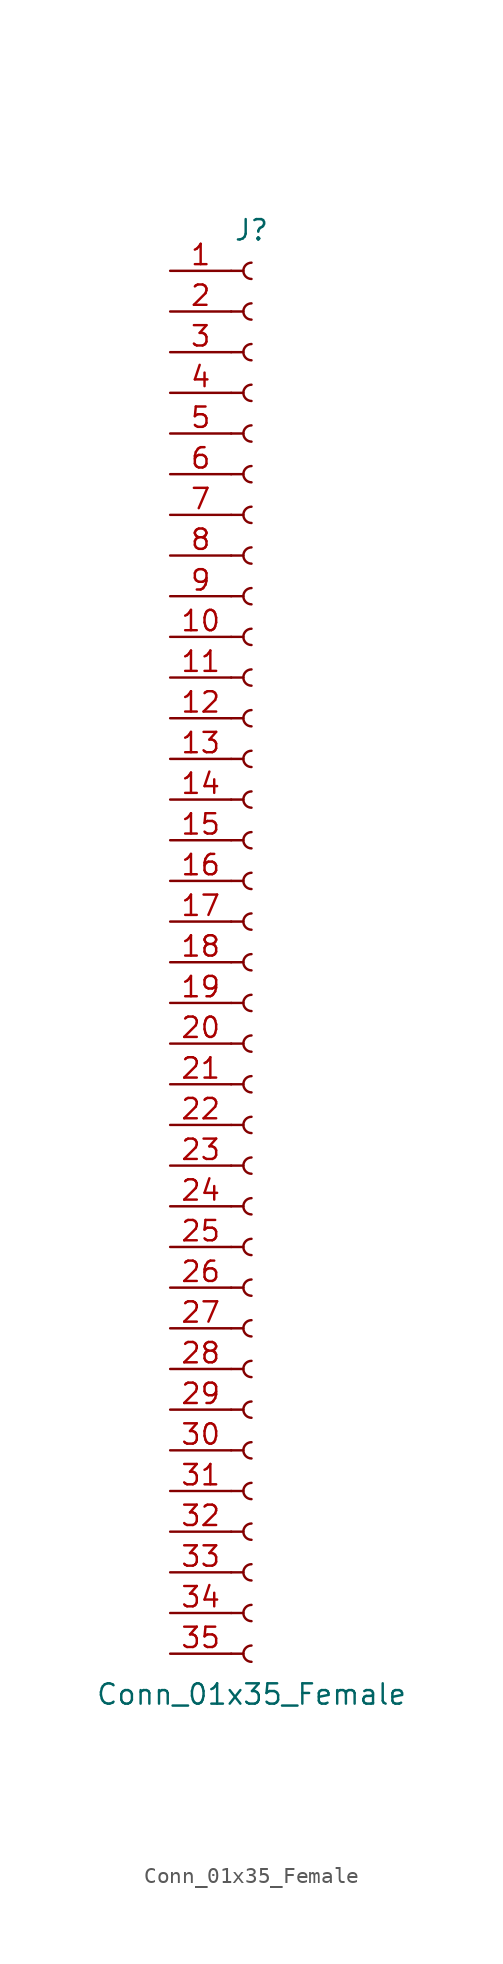
<source format=kicad_sym>
(kicad_symbol_lib
  (version 20220914)
  (generator kicad_symbol_editor)
  (symbol "Conn_01x35_Female"
    (pin_names
      (offset 1.016) hide)
    (property "Reference" "J"
      (at 0 45.72 0)
      (effects (font (size 1.27 1.27))))
    (property "Value" "Conn_01x35_Female"
      (at 0 -45.72 0)
      (effects (font (size 1.27 1.27))))
    (symbol "Conn_01x35_Female_1_1"
      (arc (start 0 -42.672) (mid -0.5058 -43.18) (end 0 -43.688) (stroke (width 0.1524) (type solid)) (fill (type none)))
      (arc (start 0 -40.132) (mid -0.5058 -40.64) (end 0 -41.148) (stroke (width 0.1524) (type solid)) (fill (type none)))
      (arc (start 0 -37.592) (mid -0.5058 -38.1) (end 0 -38.608) (stroke (width 0.1524) (type solid)) (fill (type none)))
      (arc (start 0 -35.052) (mid -0.5058 -35.56) (end 0 -36.068) (stroke (width 0.1524) (type solid)) (fill (type none)))
      (arc (start 0 -32.512) (mid -0.5058 -33.02) (end 0 -33.528) (stroke (width 0.1524) (type solid)) (fill (type none)))
      (arc (start 0 -29.972) (mid -0.5058 -30.48) (end 0 -30.988) (stroke (width 0.1524) (type solid)) (fill (type none)))
      (arc (start 0 -27.432) (mid -0.5058 -27.94) (end 0 -28.448) (stroke (width 0.1524) (type solid)) (fill (type none)))
      (arc (start 0 -24.892) (mid -0.5058 -25.4) (end 0 -25.908) (stroke (width 0.1524) (type solid)) (fill (type none)))
      (arc (start 0 -22.352) (mid -0.5058 -22.86) (end 0 -23.368) (stroke (width 0.1524) (type solid)) (fill (type none)))
      (arc (start 0 -19.812) (mid -0.5058 -20.32) (end 0 -20.828) (stroke (width 0.1524) (type solid)) (fill (type none)))
      (arc (start 0 -17.272) (mid -0.5058 -17.78) (end 0 -18.288) (stroke (width 0.1524) (type solid)) (fill (type none)))
      (arc (start 0 -14.732) (mid -0.5058 -15.24) (end 0 -15.748) (stroke (width 0.1524) (type solid)) (fill (type none)))
      (arc (start 0 -12.192) (mid -0.5058 -12.7) (end 0 -13.208) (stroke (width 0.1524) (type solid)) (fill (type none)))
      (arc (start 0 -9.652) (mid -0.5058 -10.16) (end 0 -10.668) (stroke (width 0.1524) (type solid)) (fill (type none)))
      (arc (start 0 -7.112) (mid -0.5058 -7.62) (end 0 -8.128) (stroke (width 0.1524) (type solid)) (fill (type none)))
      (arc (start 0 -4.572) (mid -0.5058 -5.08) (end 0 -5.588) (stroke (width 0.1524) (type solid)) (fill (type none)))
      (arc (start 0 -2.032) (mid -0.5058 -2.54) (end 0 -3.048) (stroke (width 0.1524) (type solid)) (fill (type none)))
      (polyline (pts (xy -1.27 -43.18) (xy -0.508 -43.18)) (stroke (width 0.152) (type solid)) (fill (type none)))
      (polyline (pts (xy -1.27 -40.64) (xy -0.508 -40.64)) (stroke (width 0.152) (type solid)) (fill (type none)))
      (polyline (pts (xy -1.27 -38.1) (xy -0.508 -38.1)) (stroke (width 0.152) (type solid)) (fill (type none)))
      (polyline (pts (xy -1.27 -35.56) (xy -0.508 -35.56)) (stroke (width 0.152) (type solid)) (fill (type none)))
      (polyline (pts (xy -1.27 -33.02) (xy -0.508 -33.02)) (stroke (width 0.152) (type solid)) (fill (type none)))
      (polyline (pts (xy -1.27 -30.48) (xy -0.508 -30.48)) (stroke (width 0.152) (type solid)) (fill (type none)))
      (polyline (pts (xy -1.27 -27.94) (xy -0.508 -27.94)) (stroke (width 0.152) (type solid)) (fill (type none)))
      (polyline (pts (xy -1.27 -25.4) (xy -0.508 -25.4)) (stroke (width 0.152) (type solid)) (fill (type none)))
      (polyline (pts (xy -1.27 -22.86) (xy -0.508 -22.86)) (stroke (width 0.152) (type solid)) (fill (type none)))
      (polyline (pts (xy -1.27 -20.32) (xy -0.508 -20.32)) (stroke (width 0.152) (type solid)) (fill (type none)))
      (polyline (pts (xy -1.27 -17.78) (xy -0.508 -17.78)) (stroke (width 0.152) (type solid)) (fill (type none)))
      (polyline (pts (xy -1.27 -15.24) (xy -0.508 -15.24)) (stroke (width 0.152) (type solid)) (fill (type none)))
      (polyline (pts (xy -1.27 -12.7) (xy -0.508 -12.7)) (stroke (width 0.152) (type solid)) (fill (type none)))
      (polyline (pts (xy -1.27 -10.16) (xy -0.508 -10.16)) (stroke (width 0.152) (type solid)) (fill (type none)))
      (polyline (pts (xy -1.27 -7.62) (xy -0.508 -7.62)) (stroke (width 0.152) (type solid)) (fill (type none)))
      (polyline (pts (xy -1.27 -5.08) (xy -0.508 -5.08)) (stroke (width 0.152) (type solid)) (fill (type none)))
      (polyline (pts (xy -1.27 -2.54) (xy -0.508 -2.54)) (stroke (width 0.152) (type solid)) (fill (type none)))
      (polyline (pts (xy -1.27 0) (xy -0.508 0)) (stroke (width 0.152) (type solid)) (fill (type none)))
      (polyline (pts (xy -1.27 2.54) (xy -0.508 2.54)) (stroke (width 0.152) (type solid)) (fill (type none)))
      (polyline (pts (xy -1.27 5.08) (xy -0.508 5.08)) (stroke (width 0.152) (type solid)) (fill (type none)))
      (polyline (pts (xy -1.27 7.62) (xy -0.508 7.62)) (stroke (width 0.152) (type solid)) (fill (type none)))
      (polyline (pts (xy -1.27 10.16) (xy -0.508 10.16)) (stroke (width 0.152) (type solid)) (fill (type none)))
      (polyline (pts (xy -1.27 12.7) (xy -0.508 12.7)) (stroke (width 0.152) (type solid)) (fill (type none)))
      (polyline (pts (xy -1.27 15.24) (xy -0.508 15.24)) (stroke (width 0.152) (type solid)) (fill (type none)))
      (polyline (pts (xy -1.27 17.78) (xy -0.508 17.78)) (stroke (width 0.152) (type solid)) (fill (type none)))
      (polyline (pts (xy -1.27 20.32) (xy -0.508 20.32)) (stroke (width 0.152) (type solid)) (fill (type none)))
      (polyline (pts (xy -1.27 22.86) (xy -0.508 22.86)) (stroke (width 0.152) (type solid)) (fill (type none)))
      (polyline (pts (xy -1.27 25.4) (xy -0.508 25.4)) (stroke (width 0.152) (type solid)) (fill (type none)))
      (polyline (pts (xy -1.27 27.94) (xy -0.508 27.94)) (stroke (width 0.152) (type solid)) (fill (type none)))
      (polyline (pts (xy -1.27 30.48) (xy -0.508 30.48)) (stroke (width 0.152) (type solid)) (fill (type none)))
      (polyline (pts (xy -1.27 33.02) (xy -0.508 33.02)) (stroke (width 0.152) (type solid)) (fill (type none)))
      (polyline (pts (xy -1.27 35.56) (xy -0.508 35.56)) (stroke (width 0.152) (type solid)) (fill (type none)))
      (polyline (pts (xy -1.27 38.1) (xy -0.508 38.1)) (stroke (width 0.152) (type solid)) (fill (type none)))
      (polyline (pts (xy -1.27 40.64) (xy -0.508 40.64)) (stroke (width 0.152) (type solid)) (fill (type none)))
      (polyline (pts (xy -1.27 43.18) (xy -0.508 43.18)) (stroke (width 0.152) (type solid)) (fill (type none)))
      (arc (start 0 0.508) (mid -0.5058 0) (end 0 -0.508) (stroke (width 0.1524) (type solid)) (fill (type none)))
      (arc (start 0 3.048) (mid -0.5058 2.54) (end 0 2.032) (stroke (width 0.1524) (type solid)) (fill (type none)))
      (arc (start 0 5.588) (mid -0.5058 5.08) (end 0 4.572) (stroke (width 0.1524) (type solid)) (fill (type none)))
      (arc (start 0 8.128) (mid -0.5058 7.62) (end 0 7.112) (stroke (width 0.1524) (type solid)) (fill (type none)))
      (arc (start 0 10.668) (mid -0.5058 10.16) (end 0 9.652) (stroke (width 0.1524) (type solid)) (fill (type none)))
      (arc (start 0 13.208) (mid -0.5058 12.7) (end 0 12.192) (stroke (width 0.1524) (type solid)) (fill (type none)))
      (arc (start 0 15.748) (mid -0.5058 15.24) (end 0 14.732) (stroke (width 0.1524) (type solid)) (fill (type none)))
      (arc (start 0 18.288) (mid -0.5058 17.78) (end 0 17.272) (stroke (width 0.1524) (type solid)) (fill (type none)))
      (arc (start 0 20.828) (mid -0.5058 20.32) (end 0 19.812) (stroke (width 0.1524) (type solid)) (fill (type none)))
      (arc (start 0 23.368) (mid -0.5058 22.86) (end 0 22.352) (stroke (width 0.1524) (type solid)) (fill (type none)))
      (arc (start 0 25.908) (mid -0.5058 25.4) (end 0 24.892) (stroke (width 0.1524) (type solid)) (fill (type none)))
      (arc (start 0 28.448) (mid -0.5058 27.94) (end 0 27.432) (stroke (width 0.1524) (type solid)) (fill (type none)))
      (arc (start 0 30.988) (mid -0.5058 30.48) (end 0 29.972) (stroke (width 0.1524) (type solid)) (fill (type none)))
      (arc (start 0 33.528) (mid -0.5058 33.02) (end 0 32.512) (stroke (width 0.1524) (type solid)) (fill (type none)))
      (arc (start 0 36.068) (mid -0.5058 35.56) (end 0 35.052) (stroke (width 0.1524) (type solid)) (fill (type none)))
      (arc (start 0 38.608) (mid -0.5058 38.1) (end 0 37.592) (stroke (width 0.1524) (type solid)) (fill (type none)))
      (arc (start 0 41.148) (mid -0.5058 40.64) (end 0 40.132) (stroke (width 0.1524) (type solid)) (fill (type none)))
      (arc (start 0 43.688) (mid -0.5058 43.18) (end 0 42.672) (stroke (width 0.1524) (type solid)) (fill (type none)))
      (pin passive line (at -5.08 43.18 0) (length 3.81) (name "Pin_1" (effects (font (size 1.27 1.27)))) (number "1" (effects (font (size 1.27 1.27)))))
      (pin passive line (at -5.08 20.32 0) (length 3.81) (name "Pin_10" (effects (font (size 1.27 1.27)))) (number "10" (effects (font (size 1.27 1.27)))))
      (pin passive line (at -5.08 17.78 0) (length 3.81) (name "Pin_11" (effects (font (size 1.27 1.27)))) (number "11" (effects (font (size 1.27 1.27)))))
      (pin passive line (at -5.08 15.24 0) (length 3.81) (name "Pin_12" (effects (font (size 1.27 1.27)))) (number "12" (effects (font (size 1.27 1.27)))))
      (pin passive line (at -5.08 12.7 0) (length 3.81) (name "Pin_13" (effects (font (size 1.27 1.27)))) (number "13" (effects (font (size 1.27 1.27)))))
      (pin passive line (at -5.08 10.16 0) (length 3.81) (name "Pin_14" (effects (font (size 1.27 1.27)))) (number "14" (effects (font (size 1.27 1.27)))))
      (pin passive line (at -5.08 7.62 0) (length 3.81) (name "Pin_15" (effects (font (size 1.27 1.27)))) (number "15" (effects (font (size 1.27 1.27)))))
      (pin passive line (at -5.08 5.08 0) (length 3.81) (name "Pin_16" (effects (font (size 1.27 1.27)))) (number "16" (effects (font (size 1.27 1.27)))))
      (pin passive line (at -5.08 2.54 0) (length 3.81) (name "Pin_17" (effects (font (size 1.27 1.27)))) (number "17" (effects (font (size 1.27 1.27)))))
      (pin passive line (at -5.08 0 0) (length 3.81) (name "Pin_18" (effects (font (size 1.27 1.27)))) (number "18" (effects (font (size 1.27 1.27)))))
      (pin passive line (at -5.08 -2.54 0) (length 3.81) (name "Pin_19" (effects (font (size 1.27 1.27)))) (number "19" (effects (font (size 1.27 1.27)))))
      (pin passive line (at -5.08 40.64 0) (length 3.81) (name "Pin_2" (effects (font (size 1.27 1.27)))) (number "2" (effects (font (size 1.27 1.27)))))
      (pin passive line (at -5.08 -5.08 0) (length 3.81) (name "Pin_20" (effects (font (size 1.27 1.27)))) (number "20" (effects (font (size 1.27 1.27)))))
      (pin passive line (at -5.08 -7.62 0) (length 3.81) (name "Pin_21" (effects (font (size 1.27 1.27)))) (number "21" (effects (font (size 1.27 1.27)))))
      (pin passive line (at -5.08 -10.16 0) (length 3.81) (name "Pin_22" (effects (font (size 1.27 1.27)))) (number "22" (effects (font (size 1.27 1.27)))))
      (pin passive line (at -5.08 -12.7 0) (length 3.81) (name "Pin_23" (effects (font (size 1.27 1.27)))) (number "23" (effects (font (size 1.27 1.27)))))
      (pin passive line (at -5.08 -15.24 0) (length 3.81) (name "Pin_24" (effects (font (size 1.27 1.27)))) (number "24" (effects (font (size 1.27 1.27)))))
      (pin passive line (at -5.08 -17.78 0) (length 3.81) (name "Pin_25" (effects (font (size 1.27 1.27)))) (number "25" (effects (font (size 1.27 1.27)))))
      (pin passive line (at -5.08 -20.32 0) (length 3.81) (name "Pin_26" (effects (font (size 1.27 1.27)))) (number "26" (effects (font (size 1.27 1.27)))))
      (pin passive line (at -5.08 -22.86 0) (length 3.81) (name "Pin_27" (effects (font (size 1.27 1.27)))) (number "27" (effects (font (size 1.27 1.27)))))
      (pin passive line (at -5.08 -25.4 0) (length 3.81) (name "Pin_28" (effects (font (size 1.27 1.27)))) (number "28" (effects (font (size 1.27 1.27)))))
      (pin passive line (at -5.08 -27.94 0) (length 3.81) (name "Pin_29" (effects (font (size 1.27 1.27)))) (number "29" (effects (font (size 1.27 1.27)))))
      (pin passive line (at -5.08 38.1 0) (length 3.81) (name "Pin_3" (effects (font (size 1.27 1.27)))) (number "3" (effects (font (size 1.27 1.27)))))
      (pin passive line (at -5.08 -30.48 0) (length 3.81) (name "Pin_30" (effects (font (size 1.27 1.27)))) (number "30" (effects (font (size 1.27 1.27)))))
      (pin passive line (at -5.08 -33.02 0) (length 3.81) (name "Pin_31" (effects (font (size 1.27 1.27)))) (number "31" (effects (font (size 1.27 1.27)))))
      (pin passive line (at -5.08 -35.56 0) (length 3.81) (name "Pin_32" (effects (font (size 1.27 1.27)))) (number "32" (effects (font (size 1.27 1.27)))))
      (pin passive line (at -5.08 -38.1 0) (length 3.81) (name "Pin_33" (effects (font (size 1.27 1.27)))) (number "33" (effects (font (size 1.27 1.27)))))
      (pin passive line (at -5.08 -40.64 0) (length 3.81) (name "Pin_34" (effects (font (size 1.27 1.27)))) (number "34" (effects (font (size 1.27 1.27)))))
      (pin passive line (at -5.08 -43.18 0) (length 3.81) (name "Pin_35" (effects (font (size 1.27 1.27)))) (number "35" (effects (font (size 1.27 1.27)))))
      (pin passive line (at -5.08 35.56 0) (length 3.81) (name "Pin_4" (effects (font (size 1.27 1.27)))) (number "4" (effects (font (size 1.27 1.27)))))
      (pin passive line (at -5.08 33.02 0) (length 3.81) (name "Pin_5" (effects (font (size 1.27 1.27)))) (number "5" (effects (font (size 1.27 1.27)))))
      (pin passive line (at -5.08 30.48 0) (length 3.81) (name "Pin_6" (effects (font (size 1.27 1.27)))) (number "6" (effects (font (size 1.27 1.27)))))
      (pin passive line (at -5.08 27.94 0) (length 3.81) (name "Pin_7" (effects (font (size 1.27 1.27)))) (number "7" (effects (font (size 1.27 1.27)))))
      (pin passive line (at -5.08 25.4 0) (length 3.81) (name "Pin_8" (effects (font (size 1.27 1.27)))) (number "8" (effects (font (size 1.27 1.27)))))
      (pin passive line (at -5.08 22.86 0) (length 3.81) (name "Pin_9" (effects (font (size 1.27 1.27)))) (number "9" (effects (font (size 1.27 1.27))))))))
</source>
